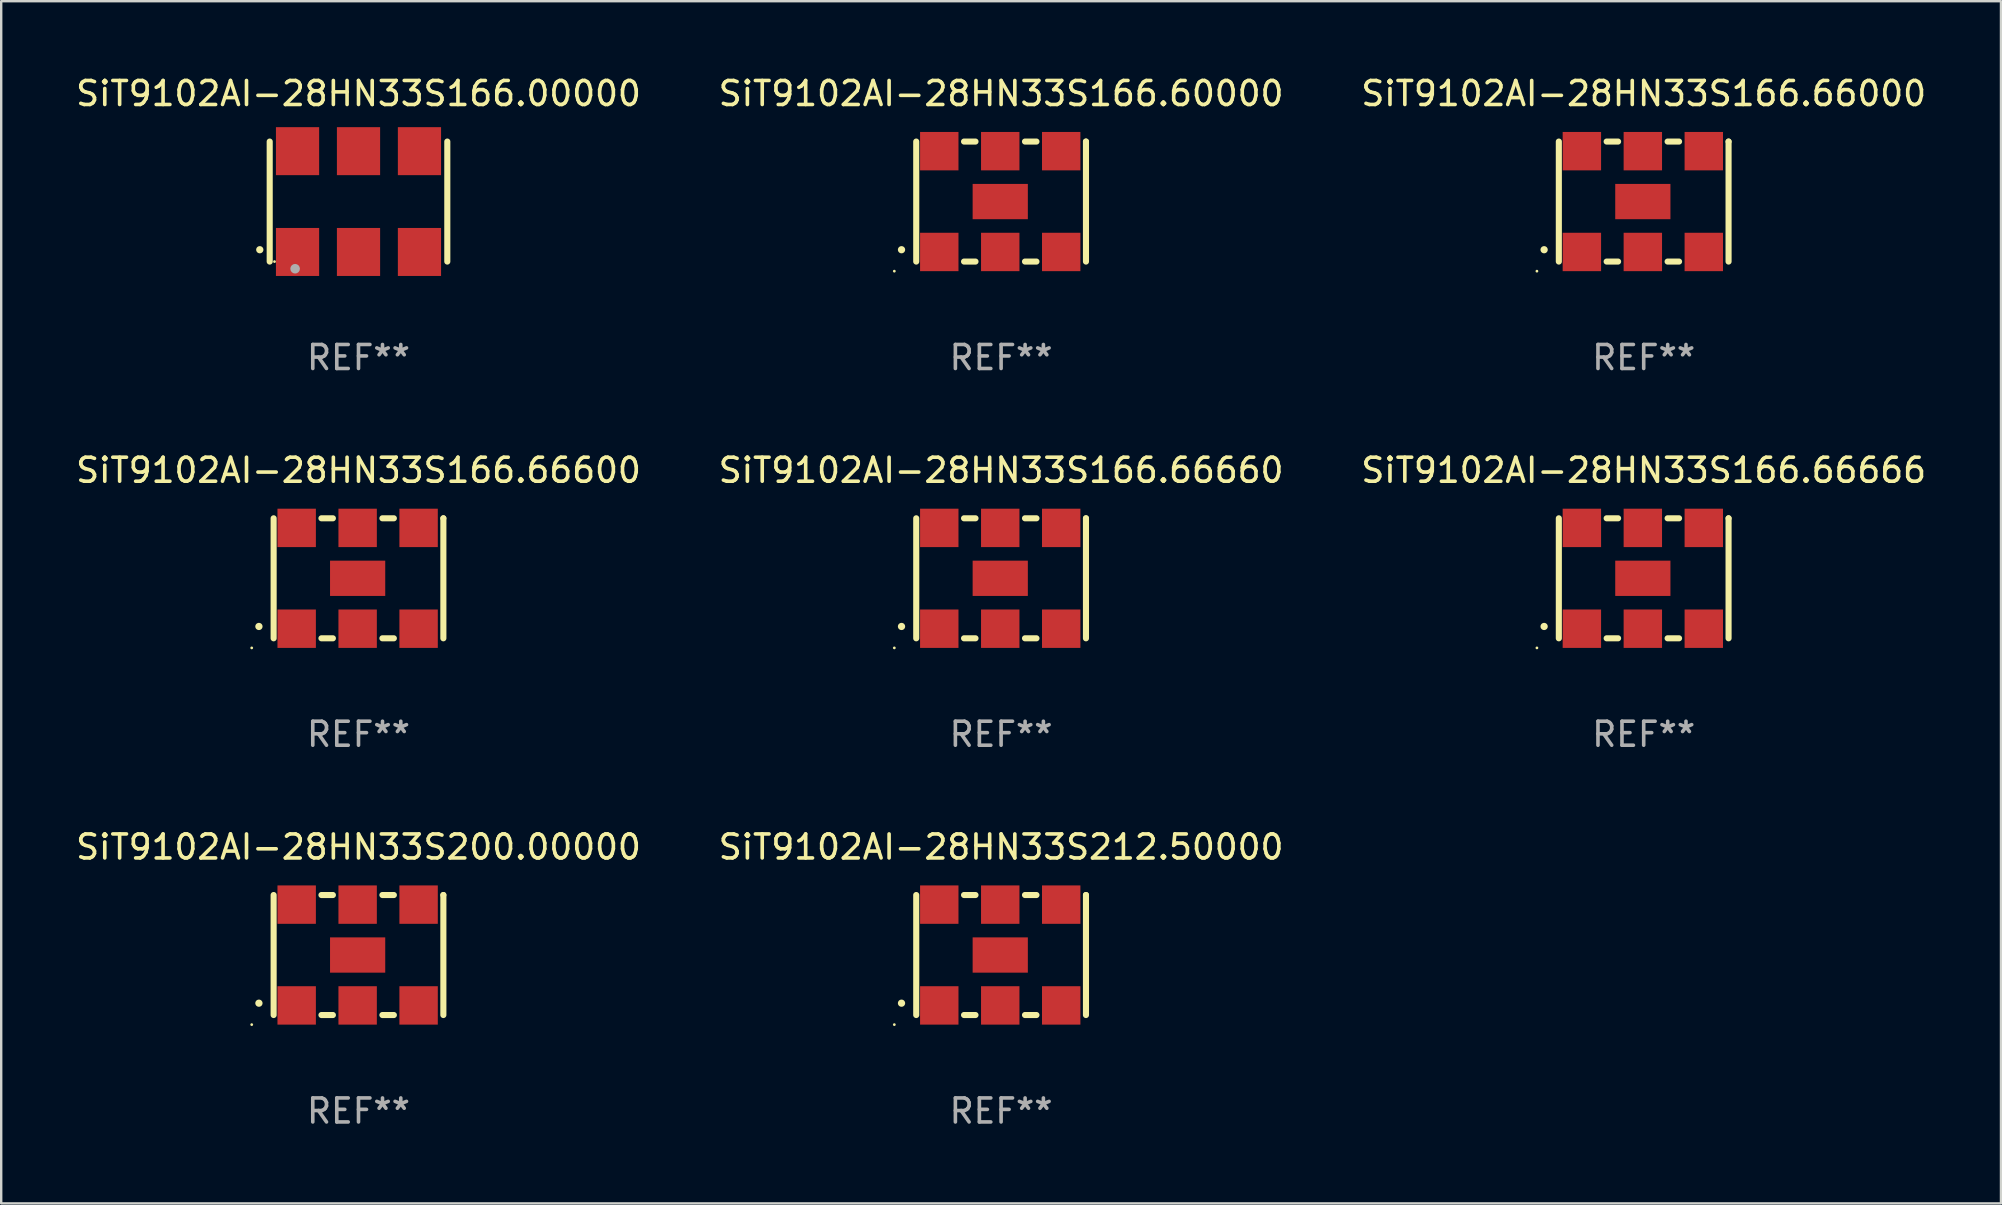
<source format=kicad_pcb>
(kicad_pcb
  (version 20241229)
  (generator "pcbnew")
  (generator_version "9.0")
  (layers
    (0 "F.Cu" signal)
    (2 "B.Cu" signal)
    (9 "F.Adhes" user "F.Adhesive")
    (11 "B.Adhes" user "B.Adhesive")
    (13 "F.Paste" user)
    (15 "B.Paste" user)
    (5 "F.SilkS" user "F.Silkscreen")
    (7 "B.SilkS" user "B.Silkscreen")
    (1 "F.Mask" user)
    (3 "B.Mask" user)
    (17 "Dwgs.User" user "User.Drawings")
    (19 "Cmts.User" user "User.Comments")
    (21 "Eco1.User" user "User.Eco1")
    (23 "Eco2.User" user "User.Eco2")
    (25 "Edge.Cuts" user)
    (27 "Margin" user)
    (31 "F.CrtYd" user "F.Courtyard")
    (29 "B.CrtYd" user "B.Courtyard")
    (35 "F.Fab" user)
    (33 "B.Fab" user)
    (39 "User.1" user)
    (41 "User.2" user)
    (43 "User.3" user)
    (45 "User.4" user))
  (footprint "SiT9102AI-28HN33S166.00000"
    (layer "F.Cu")
    (at 11.887 5.348)
    (property "Reference" "SiT9102AI-28HN33S166.00000" (at 0 -4.5 0) (layer "F.SilkS") (effects (font (size 1 1) (thickness 0.15))))
    (attr through_hole)
    (fp_line (start -3.7 -2.5) (end -3.7 2.5) (stroke (width 0.254) (type solid)) (layer "F.SilkS"))
    (fp_line (start 3.7 -2.5) (end 3.7 2.5) (stroke (width 0.254) (type solid)) (layer "F.SilkS"))
    (fp_arc (start -4.114415 2.006604) (mid -4.113145 2.006599) (end -4.111875 2.006604) (stroke (width 0.3) (type solid)) (layer "F.SilkS"))
    (fp_circle (center -3.5 2.501) (end -3.47 2.501) (stroke (width 0.06) (type solid)) (fill no) (layer "F.SilkS"))
    (fp_circle (center -2.641 2.799) (end -2.541 2.799) (stroke (width 0.2) (type solid)) (fill no) (layer "F.Fab"))
    (fp_text user "REF**" (at 0 6.5 0) (layer "F.Fab") (effects (font (size 1 1) (thickness 0.15))))
    (pad "1" smd rect (at -2.54 2.1) (size 1.8 2) (layers "F.Cu" "F.Mask" "F.Paste"))
    (pad "2" smd rect (at 0.000394 2.1) (size 1.8 2) (layers "F.Cu" "F.Mask" "F.Paste"))
    (pad "3" smd rect (at 2.54 2.1) (size 1.8 2) (layers "F.Cu" "F.Mask" "F.Paste"))
    (pad "4" smd rect (at 2.54 -2.1) (size 1.8 2) (layers "F.Cu" "F.Mask" "F.Paste"))
    (pad "5" smd rect (at 0.000394 -2.1) (size 1.8 2) (layers "F.Cu" "F.Mask" "F.Paste"))
    (pad "6" smd rect (at -2.54 -2.1) (size 1.8 2) (layers "F.Cu" "F.Mask" "F.Paste")))
  (footprint "SiT9102AI-28HN33S166.60000"
    (layer "F.Cu")
    (at 38.661 5.348)
    (property "Reference" "SiT9102AI-28HN33S166.60000" (at 0 -4.5 0) (layer "F.SilkS") (effects (font (size 1 1) (thickness 0.15))))
    (attr through_hole)
    (fp_line (start -3.536 -2.5) (end -3.536 2.5) (stroke (width 0.254) (type solid)) (layer "F.SilkS"))
    (fp_line (start -1.544 2.5) (end -1.067 2.5) (stroke (width 0.254) (type solid)) (layer "F.SilkS"))
    (fp_line (start -1.067 -2.5) (end -1.544 -2.5) (stroke (width 0.254) (type solid)) (layer "F.SilkS"))
    (fp_line (start 0.996 2.5) (end 1.473 2.5) (stroke (width 0.254) (type solid)) (layer "F.SilkS"))
    (fp_line (start 1.473 -2.5) (end 0.996 -2.5) (stroke (width 0.254) (type solid)) (layer "F.SilkS"))
    (fp_line (start 3.536 -2.5) (end 3.536 -2.5) (stroke (width 0.254) (type solid)) (layer "F.SilkS"))
    (fp_line (start 3.536 2.5) (end 3.536 -2.5) (stroke (width 0.254) (type solid)) (layer "F.SilkS"))
    (fp_arc (start -4.150432 2.006604) (mid -4.149162 2.006599) (end -4.147892 2.006604) (stroke (width 0.3) (type solid)) (layer "F.SilkS"))
    (fp_circle (center -4.449 2.9) (end -4.419 2.9) (stroke (width 0.06) (type solid)) (fill no) (layer "F.SilkS"))
    (fp_text user "REF**" (at 0 6.5 0) (layer "F.Fab") (effects (font (size 1 1) (thickness 0.15))))
    (pad "1" smd rect (at -2.576 2.1) (size 1.6 1.6) (layers "F.Cu" "F.Mask" "F.Paste"))
    (pad "2" smd rect (at -0.036 2.1) (size 1.6 1.6) (layers "F.Cu" "F.Mask" "F.Paste"))
    (pad "3" smd rect (at 2.504 2.1) (size 1.6 1.6) (layers "F.Cu" "F.Mask" "F.Paste"))
    (pad "4" smd rect (at 2.504 -2.1) (size 1.6 1.6) (layers "F.Cu" "F.Mask" "F.Paste"))
    (pad "5" smd rect (at -0.036 -2.1) (size 1.6 1.6) (layers "F.Cu" "F.Mask" "F.Paste"))
    (pad "6" smd rect (at -2.576 -2.1) (size 1.6 1.6) (layers "F.Cu" "F.Mask" "F.Paste"))
    (pad "7" smd rect (at -0.036 0) (size 2.3 1.47) (layers "F.Cu" "F.Mask" "F.Paste")))
  (footprint "SiT9102AI-28HN33S200.00000"
    (layer "F.Cu")
    (at 11.887 36.741)
    (property "Reference" "SiT9102AI-28HN33S200.00000" (at 0 -4.5 0) (layer "F.SilkS") (effects (font (size 1 1) (thickness 0.15))))
    (attr through_hole)
    (fp_line (start -3.536 -2.5) (end -3.536 2.5) (stroke (width 0.254) (type solid)) (layer "F.SilkS"))
    (fp_line (start -1.544 2.5) (end -1.067 2.5) (stroke (width 0.254) (type solid)) (layer "F.SilkS"))
    (fp_line (start -1.067 -2.5) (end -1.544 -2.5) (stroke (width 0.254) (type solid)) (layer "F.SilkS"))
    (fp_line (start 0.996 2.5) (end 1.473 2.5) (stroke (width 0.254) (type solid)) (layer "F.SilkS"))
    (fp_line (start 1.473 -2.5) (end 0.996 -2.5) (stroke (width 0.254) (type solid)) (layer "F.SilkS"))
    (fp_line (start 3.536 -2.5) (end 3.536 -2.5) (stroke (width 0.254) (type solid)) (layer "F.SilkS"))
    (fp_line (start 3.536 2.5) (end 3.536 -2.5) (stroke (width 0.254) (type solid)) (layer "F.SilkS"))
    (fp_arc (start -4.150432 2.006604) (mid -4.149162 2.006599) (end -4.147892 2.006604) (stroke (width 0.3) (type solid)) (layer "F.SilkS"))
    (fp_circle (center -4.449 2.9) (end -4.419 2.9) (stroke (width 0.06) (type solid)) (fill no) (layer "F.SilkS"))
    (fp_text user "REF**" (at 0 6.5 0) (layer "F.Fab") (effects (font (size 1 1) (thickness 0.15))))
    (pad "1" smd rect (at -2.576 2.1) (size 1.6 1.6) (layers "F.Cu" "F.Mask" "F.Paste"))
    (pad "2" smd rect (at -0.036 2.1) (size 1.6 1.6) (layers "F.Cu" "F.Mask" "F.Paste"))
    (pad "3" smd rect (at 2.504 2.1) (size 1.6 1.6) (layers "F.Cu" "F.Mask" "F.Paste"))
    (pad "4" smd rect (at 2.504 -2.1) (size 1.6 1.6) (layers "F.Cu" "F.Mask" "F.Paste"))
    (pad "5" smd rect (at -0.036 -2.1) (size 1.6 1.6) (layers "F.Cu" "F.Mask" "F.Paste"))
    (pad "6" smd rect (at -2.576 -2.1) (size 1.6 1.6) (layers "F.Cu" "F.Mask" "F.Paste"))
    (pad "7" smd rect (at -0.036 0) (size 2.3 1.47) (layers "F.Cu" "F.Mask" "F.Paste")))
  (footprint "SiT9102AI-28HN33S166.66666"
    (layer "F.Cu")
    (at 65.435 21.045)
    (property "Reference" "SiT9102AI-28HN33S166.66666" (at 0 -4.5 0) (layer "F.SilkS") (effects (font (size 1 1) (thickness 0.15))))
    (attr through_hole)
    (fp_line (start -3.536 -2.5) (end -3.536 2.5) (stroke (width 0.254) (type solid)) (layer "F.SilkS"))
    (fp_line (start -1.544 2.5) (end -1.067 2.5) (stroke (width 0.254) (type solid)) (layer "F.SilkS"))
    (fp_line (start -1.067 -2.5) (end -1.544 -2.5) (stroke (width 0.254) (type solid)) (layer "F.SilkS"))
    (fp_line (start 0.996 2.5) (end 1.473 2.5) (stroke (width 0.254) (type solid)) (layer "F.SilkS"))
    (fp_line (start 1.473 -2.5) (end 0.996 -2.5) (stroke (width 0.254) (type solid)) (layer "F.SilkS"))
    (fp_line (start 3.536 -2.5) (end 3.536 -2.5) (stroke (width 0.254) (type solid)) (layer "F.SilkS"))
    (fp_line (start 3.536 2.5) (end 3.536 -2.5) (stroke (width 0.254) (type solid)) (layer "F.SilkS"))
    (fp_arc (start -4.150432 2.006604) (mid -4.149162 2.006599) (end -4.147892 2.006604) (stroke (width 0.3) (type solid)) (layer "F.SilkS"))
    (fp_circle (center -4.449 2.9) (end -4.419 2.9) (stroke (width 0.06) (type solid)) (fill no) (layer "F.SilkS"))
    (fp_text user "REF**" (at 0 6.5 0) (layer "F.Fab") (effects (font (size 1 1) (thickness 0.15))))
    (pad "1" smd rect (at -2.576 2.1) (size 1.6 1.6) (layers "F.Cu" "F.Mask" "F.Paste"))
    (pad "2" smd rect (at -0.036 2.1) (size 1.6 1.6) (layers "F.Cu" "F.Mask" "F.Paste"))
    (pad "3" smd rect (at 2.504 2.1) (size 1.6 1.6) (layers "F.Cu" "F.Mask" "F.Paste"))
    (pad "4" smd rect (at 2.504 -2.1) (size 1.6 1.6) (layers "F.Cu" "F.Mask" "F.Paste"))
    (pad "5" smd rect (at -0.036 -2.1) (size 1.6 1.6) (layers "F.Cu" "F.Mask" "F.Paste"))
    (pad "6" smd rect (at -2.576 -2.1) (size 1.6 1.6) (layers "F.Cu" "F.Mask" "F.Paste"))
    (pad "7" smd rect (at -0.036 0) (size 2.3 1.47) (layers "F.Cu" "F.Mask" "F.Paste")))
  (footprint "SiT9102AI-28HN33S212.50000"
    (layer "F.Cu")
    (at 38.661 36.741)
    (property "Reference" "SiT9102AI-28HN33S212.50000" (at 0 -4.5 0) (layer "F.SilkS") (effects (font (size 1 1) (thickness 0.15))))
    (attr through_hole)
    (fp_line (start -3.536 -2.5) (end -3.536 2.5) (stroke (width 0.254) (type solid)) (layer "F.SilkS"))
    (fp_line (start -1.544 2.5) (end -1.067 2.5) (stroke (width 0.254) (type solid)) (layer "F.SilkS"))
    (fp_line (start -1.067 -2.5) (end -1.544 -2.5) (stroke (width 0.254) (type solid)) (layer "F.SilkS"))
    (fp_line (start 0.996 2.5) (end 1.473 2.5) (stroke (width 0.254) (type solid)) (layer "F.SilkS"))
    (fp_line (start 1.473 -2.5) (end 0.996 -2.5) (stroke (width 0.254) (type solid)) (layer "F.SilkS"))
    (fp_line (start 3.536 -2.5) (end 3.536 -2.5) (stroke (width 0.254) (type solid)) (layer "F.SilkS"))
    (fp_line (start 3.536 2.5) (end 3.536 -2.5) (stroke (width 0.254) (type solid)) (layer "F.SilkS"))
    (fp_arc (start -4.150432 2.006604) (mid -4.149162 2.006599) (end -4.147892 2.006604) (stroke (width 0.3) (type solid)) (layer "F.SilkS"))
    (fp_circle (center -4.449 2.9) (end -4.419 2.9) (stroke (width 0.06) (type solid)) (fill no) (layer "F.SilkS"))
    (fp_text user "REF**" (at 0 6.5 0) (layer "F.Fab") (effects (font (size 1 1) (thickness 0.15))))
    (pad "1" smd rect (at -2.576 2.1) (size 1.6 1.6) (layers "F.Cu" "F.Mask" "F.Paste"))
    (pad "2" smd rect (at -0.036 2.1) (size 1.6 1.6) (layers "F.Cu" "F.Mask" "F.Paste"))
    (pad "3" smd rect (at 2.504 2.1) (size 1.6 1.6) (layers "F.Cu" "F.Mask" "F.Paste"))
    (pad "4" smd rect (at 2.504 -2.1) (size 1.6 1.6) (layers "F.Cu" "F.Mask" "F.Paste"))
    (pad "5" smd rect (at -0.036 -2.1) (size 1.6 1.6) (layers "F.Cu" "F.Mask" "F.Paste"))
    (pad "6" smd rect (at -2.576 -2.1) (size 1.6 1.6) (layers "F.Cu" "F.Mask" "F.Paste"))
    (pad "7" smd rect (at -0.036 0) (size 2.3 1.47) (layers "F.Cu" "F.Mask" "F.Paste")))
  (footprint "SiT9102AI-28HN33S166.66000"
    (layer "F.Cu")
    (at 65.435 5.348)
    (property "Reference" "SiT9102AI-28HN33S166.66000" (at 0 -4.5 0) (layer "F.SilkS") (effects (font (size 1 1) (thickness 0.15))))
    (attr through_hole)
    (fp_line (start -3.536 -2.5) (end -3.536 2.5) (stroke (width 0.254) (type solid)) (layer "F.SilkS"))
    (fp_line (start -1.544 2.5) (end -1.067 2.5) (stroke (width 0.254) (type solid)) (layer "F.SilkS"))
    (fp_line (start -1.067 -2.5) (end -1.544 -2.5) (stroke (width 0.254) (type solid)) (layer "F.SilkS"))
    (fp_line (start 0.996 2.5) (end 1.473 2.5) (stroke (width 0.254) (type solid)) (layer "F.SilkS"))
    (fp_line (start 1.473 -2.5) (end 0.996 -2.5) (stroke (width 0.254) (type solid)) (layer "F.SilkS"))
    (fp_line (start 3.536 -2.5) (end 3.536 -2.5) (stroke (width 0.254) (type solid)) (layer "F.SilkS"))
    (fp_line (start 3.536 2.5) (end 3.536 -2.5) (stroke (width 0.254) (type solid)) (layer "F.SilkS"))
    (fp_arc (start -4.150432 2.006604) (mid -4.149162 2.006599) (end -4.147892 2.006604) (stroke (width 0.3) (type solid)) (layer "F.SilkS"))
    (fp_circle (center -4.449 2.9) (end -4.419 2.9) (stroke (width 0.06) (type solid)) (fill no) (layer "F.SilkS"))
    (fp_text user "REF**" (at 0 6.5 0) (layer "F.Fab") (effects (font (size 1 1) (thickness 0.15))))
    (pad "1" smd rect (at -2.576 2.1) (size 1.6 1.6) (layers "F.Cu" "F.Mask" "F.Paste"))
    (pad "2" smd rect (at -0.036 2.1) (size 1.6 1.6) (layers "F.Cu" "F.Mask" "F.Paste"))
    (pad "3" smd rect (at 2.504 2.1) (size 1.6 1.6) (layers "F.Cu" "F.Mask" "F.Paste"))
    (pad "4" smd rect (at 2.504 -2.1) (size 1.6 1.6) (layers "F.Cu" "F.Mask" "F.Paste"))
    (pad "5" smd rect (at -0.036 -2.1) (size 1.6 1.6) (layers "F.Cu" "F.Mask" "F.Paste"))
    (pad "6" smd rect (at -2.576 -2.1) (size 1.6 1.6) (layers "F.Cu" "F.Mask" "F.Paste"))
    (pad "7" smd rect (at -0.036 0) (size 2.3 1.47) (layers "F.Cu" "F.Mask" "F.Paste")))
  (footprint "SiT9102AI-28HN33S166.66600"
    (layer "F.Cu")
    (at 11.887 21.045)
    (property "Reference" "SiT9102AI-28HN33S166.66600" (at 0 -4.5 0) (layer "F.SilkS") (effects (font (size 1 1) (thickness 0.15))))
    (attr through_hole)
    (fp_line (start -3.536 -2.5) (end -3.536 2.5) (stroke (width 0.254) (type solid)) (layer "F.SilkS"))
    (fp_line (start -1.544 2.5) (end -1.067 2.5) (stroke (width 0.254) (type solid)) (layer "F.SilkS"))
    (fp_line (start -1.067 -2.5) (end -1.544 -2.5) (stroke (width 0.254) (type solid)) (layer "F.SilkS"))
    (fp_line (start 0.996 2.5) (end 1.473 2.5) (stroke (width 0.254) (type solid)) (layer "F.SilkS"))
    (fp_line (start 1.473 -2.5) (end 0.996 -2.5) (stroke (width 0.254) (type solid)) (layer "F.SilkS"))
    (fp_line (start 3.536 -2.5) (end 3.536 -2.5) (stroke (width 0.254) (type solid)) (layer "F.SilkS"))
    (fp_line (start 3.536 2.5) (end 3.536 -2.5) (stroke (width 0.254) (type solid)) (layer "F.SilkS"))
    (fp_arc (start -4.150432 2.006604) (mid -4.149162 2.006599) (end -4.147892 2.006604) (stroke (width 0.3) (type solid)) (layer "F.SilkS"))
    (fp_circle (center -4.449 2.9) (end -4.419 2.9) (stroke (width 0.06) (type solid)) (fill no) (layer "F.SilkS"))
    (fp_text user "REF**" (at 0 6.5 0) (layer "F.Fab") (effects (font (size 1 1) (thickness 0.15))))
    (pad "1" smd rect (at -2.576 2.1) (size 1.6 1.6) (layers "F.Cu" "F.Mask" "F.Paste"))
    (pad "2" smd rect (at -0.036 2.1) (size 1.6 1.6) (layers "F.Cu" "F.Mask" "F.Paste"))
    (pad "3" smd rect (at 2.504 2.1) (size 1.6 1.6) (layers "F.Cu" "F.Mask" "F.Paste"))
    (pad "4" smd rect (at 2.504 -2.1) (size 1.6 1.6) (layers "F.Cu" "F.Mask" "F.Paste"))
    (pad "5" smd rect (at -0.036 -2.1) (size 1.6 1.6) (layers "F.Cu" "F.Mask" "F.Paste"))
    (pad "6" smd rect (at -2.576 -2.1) (size 1.6 1.6) (layers "F.Cu" "F.Mask" "F.Paste"))
    (pad "7" smd rect (at -0.036 0) (size 2.3 1.47) (layers "F.Cu" "F.Mask" "F.Paste")))
  (footprint "SiT9102AI-28HN33S166.66660"
    (layer "F.Cu")
    (at 38.661 21.045)
    (property "Reference" "SiT9102AI-28HN33S166.66660" (at 0 -4.5 0) (layer "F.SilkS") (effects (font (size 1 1) (thickness 0.15))))
    (attr through_hole)
    (fp_line (start -3.536 -2.5) (end -3.536 2.5) (stroke (width 0.254) (type solid)) (layer "F.SilkS"))
    (fp_line (start -1.544 2.5) (end -1.067 2.5) (stroke (width 0.254) (type solid)) (layer "F.SilkS"))
    (fp_line (start -1.067 -2.5) (end -1.544 -2.5) (stroke (width 0.254) (type solid)) (layer "F.SilkS"))
    (fp_line (start 0.996 2.5) (end 1.473 2.5) (stroke (width 0.254) (type solid)) (layer "F.SilkS"))
    (fp_line (start 1.473 -2.5) (end 0.996 -2.5) (stroke (width 0.254) (type solid)) (layer "F.SilkS"))
    (fp_line (start 3.536 -2.5) (end 3.536 -2.5) (stroke (width 0.254) (type solid)) (layer "F.SilkS"))
    (fp_line (start 3.536 2.5) (end 3.536 -2.5) (stroke (width 0.254) (type solid)) (layer "F.SilkS"))
    (fp_arc (start -4.150432 2.006604) (mid -4.149162 2.006599) (end -4.147892 2.006604) (stroke (width 0.3) (type solid)) (layer "F.SilkS"))
    (fp_circle (center -4.449 2.9) (end -4.419 2.9) (stroke (width 0.06) (type solid)) (fill no) (layer "F.SilkS"))
    (fp_text user "REF**" (at 0 6.5 0) (layer "F.Fab") (effects (font (size 1 1) (thickness 0.15))))
    (pad "1" smd rect (at -2.576 2.1) (size 1.6 1.6) (layers "F.Cu" "F.Mask" "F.Paste"))
    (pad "2" smd rect (at -0.036 2.1) (size 1.6 1.6) (layers "F.Cu" "F.Mask" "F.Paste"))
    (pad "3" smd rect (at 2.504 2.1) (size 1.6 1.6) (layers "F.Cu" "F.Mask" "F.Paste"))
    (pad "4" smd rect (at 2.504 -2.1) (size 1.6 1.6) (layers "F.Cu" "F.Mask" "F.Paste"))
    (pad "5" smd rect (at -0.036 -2.1) (size 1.6 1.6) (layers "F.Cu" "F.Mask" "F.Paste"))
    (pad "6" smd rect (at -2.576 -2.1) (size 1.6 1.6) (layers "F.Cu" "F.Mask" "F.Paste"))
    (pad "7" smd rect (at -0.036 0) (size 2.3 1.47) (layers "F.Cu" "F.Mask" "F.Paste")))
  (gr_rect
    (start -3 -3)
    (end 80.321 47.09)
    (stroke (width 0.1) (type default))
    (fill no)
    (layer "Edge.Cuts")))
</source>
